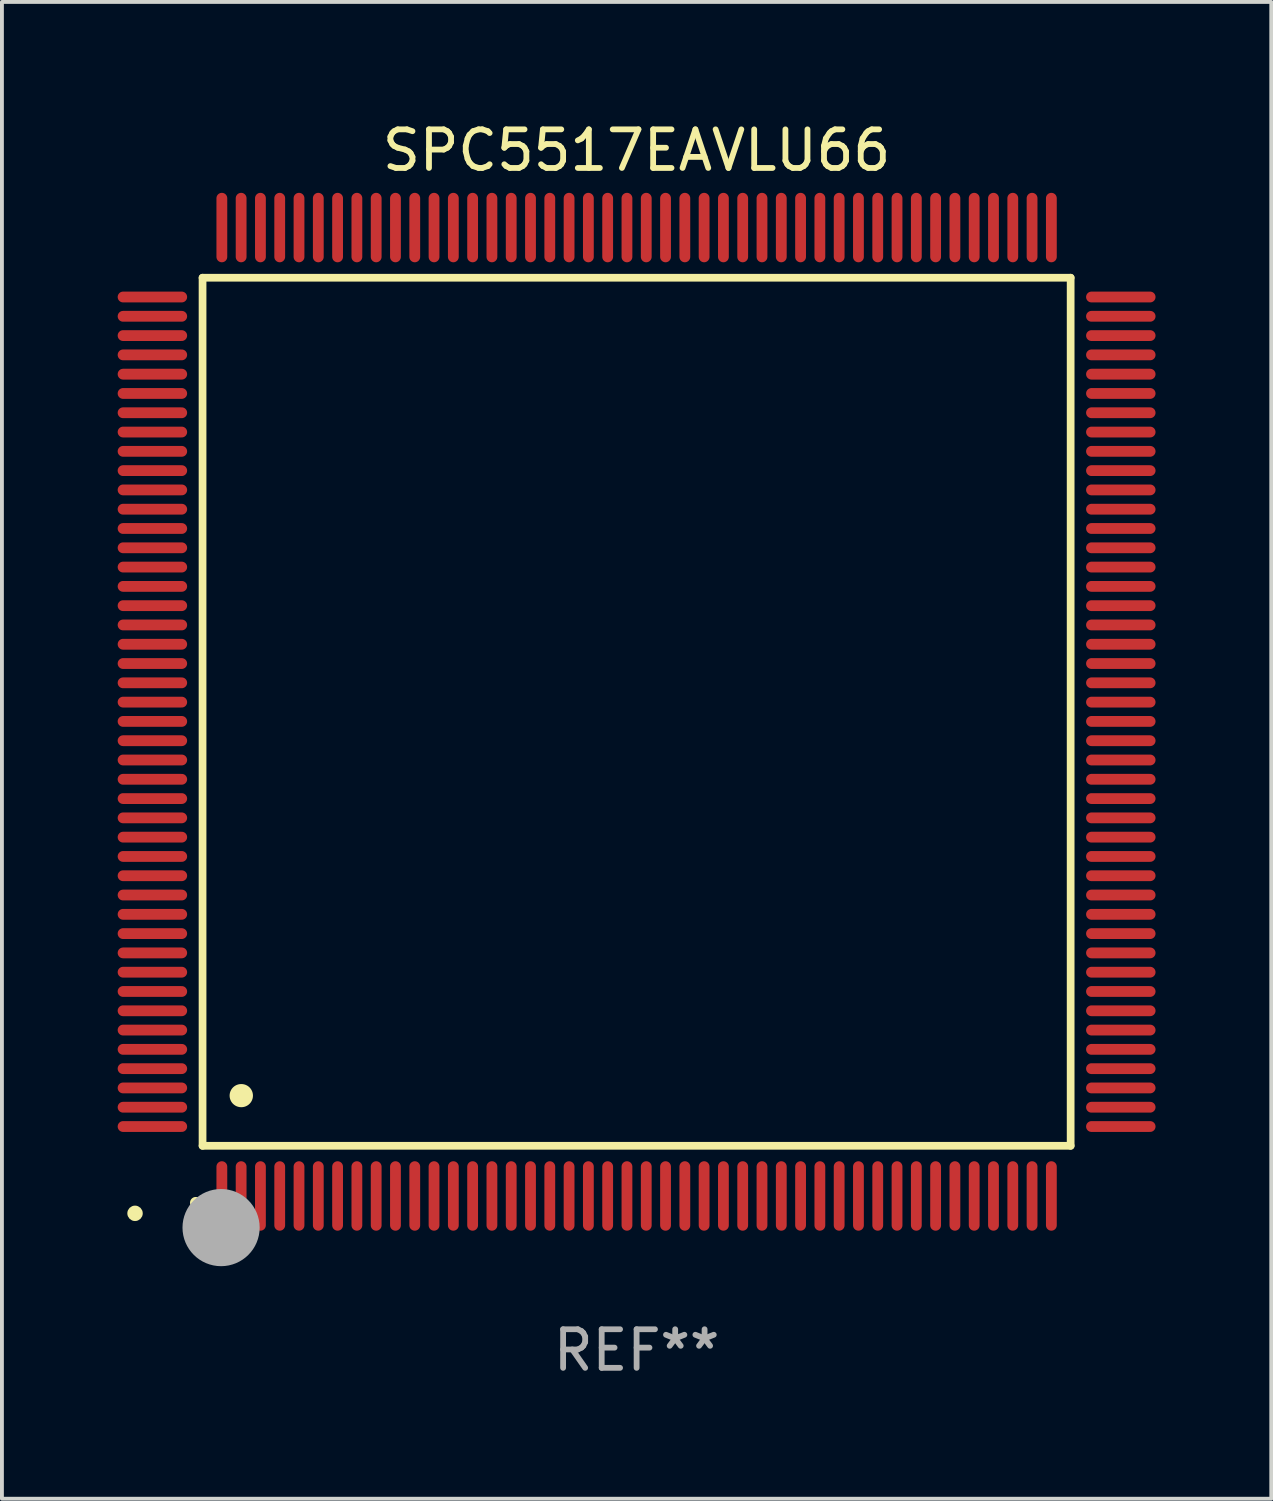
<source format=kicad_pcb>
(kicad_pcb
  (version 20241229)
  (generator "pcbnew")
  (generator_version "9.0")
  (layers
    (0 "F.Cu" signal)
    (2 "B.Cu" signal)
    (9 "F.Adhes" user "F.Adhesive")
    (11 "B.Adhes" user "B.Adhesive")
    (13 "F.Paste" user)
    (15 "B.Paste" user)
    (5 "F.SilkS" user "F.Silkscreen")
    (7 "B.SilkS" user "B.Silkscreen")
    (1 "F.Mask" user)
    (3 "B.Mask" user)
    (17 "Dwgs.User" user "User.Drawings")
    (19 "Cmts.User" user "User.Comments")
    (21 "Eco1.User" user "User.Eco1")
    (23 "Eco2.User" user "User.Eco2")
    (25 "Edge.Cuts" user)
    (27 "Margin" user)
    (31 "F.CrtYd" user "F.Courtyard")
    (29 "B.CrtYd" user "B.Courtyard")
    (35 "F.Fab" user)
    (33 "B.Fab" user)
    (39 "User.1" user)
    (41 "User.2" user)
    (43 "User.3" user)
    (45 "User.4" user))
  (footprint "SPC5517EAVLU66"
    (layer "F.Cu")
    (at 13.45 15.398)
    (property "Reference" "SPC5517EAVLU66" (at 0 -14.55 0) (layer "F.SilkS") (effects (font (size 1 1) (thickness 0.15))))
    (attr through_hole)
    (fp_line (start -11.25 -11.25) (end 11.25 -11.25) (stroke (width 0.2) (type solid)) (layer "F.SilkS"))
    (fp_line (start -11.25 11.25) (end -11.25 -11.25) (stroke (width 0.2) (type solid)) (layer "F.SilkS"))
    (fp_line (start 11.25 -11.25) (end 11.25 11.25) (stroke (width 0.2) (type solid)) (layer "F.SilkS"))
    (fp_line (start 11.25 11.25) (end -11.25 11.25) (stroke (width 0.2) (type solid)) (layer "F.SilkS"))
    (fp_arc (start -11.424943 12.725425) (mid -11.423673 12.72542) (end -11.422403 12.725425) (stroke (width 0.3) (type solid)) (layer "F.SilkS"))
    (fp_arc (start -10.24892 9.9492) (mid -10.24638 9.949189) (end -10.24384 9.9492) (stroke (width 0.6) (type solid)) (layer "F.SilkS"))
    (fp_circle (center -13 13) (end -12.9 13) (stroke (width 0.2) (type solid)) (fill no) (layer "F.SilkS"))
    (fp_circle (center -10.77 13.37) (end -10.27 13.37) (stroke (width 1) (type solid)) (fill no) (layer "F.Fab"))
    (fp_text user "REF**" (at 0 16.55 0) (layer "F.Fab") (effects (font (size 1 1) (thickness 0.15))))
    (pad "1" smd oval (at -10.75 12.55) (size 0.28 1.8) (layers "F.Cu" "F.Mask" "F.Paste"))
    (pad "2" smd oval (at -10.25 12.55) (size 0.28 1.8) (layers "F.Cu" "F.Mask" "F.Paste"))
    (pad "3" smd oval (at -9.75 12.55) (size 0.28 1.8) (layers "F.Cu" "F.Mask" "F.Paste"))
    (pad "4" smd oval (at -9.25 12.55) (size 0.28 1.8) (layers "F.Cu" "F.Mask" "F.Paste"))
    (pad "5" smd oval (at -8.75 12.55) (size 0.28 1.8) (layers "F.Cu" "F.Mask" "F.Paste"))
    (pad "6" smd oval (at -8.25 12.55) (size 0.28 1.8) (layers "F.Cu" "F.Mask" "F.Paste"))
    (pad "7" smd oval (at -7.75 12.55) (size 0.28 1.8) (layers "F.Cu" "F.Mask" "F.Paste"))
    (pad "8" smd oval (at -7.25 12.55) (size 0.28 1.8) (layers "F.Cu" "F.Mask" "F.Paste"))
    (pad "9" smd oval (at -6.75 12.55) (size 0.28 1.8) (layers "F.Cu" "F.Mask" "F.Paste"))
    (pad "10" smd oval (at -6.25 12.55) (size 0.28 1.8) (layers "F.Cu" "F.Mask" "F.Paste"))
    (pad "11" smd oval (at -5.75 12.55) (size 0.28 1.8) (layers "F.Cu" "F.Mask" "F.Paste"))
    (pad "12" smd oval (at -5.25 12.55) (size 0.28 1.8) (layers "F.Cu" "F.Mask" "F.Paste"))
    (pad "13" smd oval (at -4.75 12.55) (size 0.28 1.8) (layers "F.Cu" "F.Mask" "F.Paste"))
    (pad "14" smd oval (at -4.25 12.55) (size 0.28 1.8) (layers "F.Cu" "F.Mask" "F.Paste"))
    (pad "15" smd oval (at -3.75 12.55) (size 0.28 1.8) (layers "F.Cu" "F.Mask" "F.Paste"))
    (pad "16" smd oval (at -3.25 12.55) (size 0.28 1.8) (layers "F.Cu" "F.Mask" "F.Paste"))
    (pad "17" smd oval (at -2.75 12.55) (size 0.28 1.8) (layers "F.Cu" "F.Mask" "F.Paste"))
    (pad "18" smd oval (at -2.25 12.55) (size 0.28 1.8) (layers "F.Cu" "F.Mask" "F.Paste"))
    (pad "19" smd oval (at -1.75 12.55) (size 0.28 1.8) (layers "F.Cu" "F.Mask" "F.Paste"))
    (pad "20" smd oval (at -1.25 12.55) (size 0.28 1.8) (layers "F.Cu" "F.Mask" "F.Paste"))
    (pad "21" smd oval (at -0.75 12.55) (size 0.28 1.8) (layers "F.Cu" "F.Mask" "F.Paste"))
    (pad "22" smd oval (at -0.25 12.55) (size 0.28 1.8) (layers "F.Cu" "F.Mask" "F.Paste"))
    (pad "23" smd oval (at 0.25 12.55) (size 0.28 1.8) (layers "F.Cu" "F.Mask" "F.Paste"))
    (pad "24" smd oval (at 0.75 12.55) (size 0.28 1.8) (layers "F.Cu" "F.Mask" "F.Paste"))
    (pad "25" smd oval (at 1.25 12.55) (size 0.28 1.8) (layers "F.Cu" "F.Mask" "F.Paste"))
    (pad "26" smd oval (at 1.75 12.55) (size 0.28 1.8) (layers "F.Cu" "F.Mask" "F.Paste"))
    (pad "27" smd oval (at 2.25 12.55) (size 0.28 1.8) (layers "F.Cu" "F.Mask" "F.Paste"))
    (pad "28" smd oval (at 2.75 12.55) (size 0.28 1.8) (layers "F.Cu" "F.Mask" "F.Paste"))
    (pad "29" smd oval (at 3.25 12.55) (size 0.28 1.8) (layers "F.Cu" "F.Mask" "F.Paste"))
    (pad "30" smd oval (at 3.75 12.55) (size 0.28 1.8) (layers "F.Cu" "F.Mask" "F.Paste"))
    (pad "31" smd oval (at 4.25 12.55) (size 0.28 1.8) (layers "F.Cu" "F.Mask" "F.Paste"))
    (pad "32" smd oval (at 4.75 12.55) (size 0.28 1.8) (layers "F.Cu" "F.Mask" "F.Paste"))
    (pad "33" smd oval (at 5.25 12.55) (size 0.28 1.8) (layers "F.Cu" "F.Mask" "F.Paste"))
    (pad "34" smd oval (at 5.75 12.55) (size 0.28 1.8) (layers "F.Cu" "F.Mask" "F.Paste"))
    (pad "35" smd oval (at 6.25 12.55) (size 0.28 1.8) (layers "F.Cu" "F.Mask" "F.Paste"))
    (pad "36" smd oval (at 6.75 12.55) (size 0.28 1.8) (layers "F.Cu" "F.Mask" "F.Paste"))
    (pad "37" smd oval (at 7.25 12.55) (size 0.28 1.8) (layers "F.Cu" "F.Mask" "F.Paste"))
    (pad "38" smd oval (at 7.75 12.55) (size 0.28 1.8) (layers "F.Cu" "F.Mask" "F.Paste"))
    (pad "39" smd oval (at 8.25 12.55) (size 0.28 1.8) (layers "F.Cu" "F.Mask" "F.Paste"))
    (pad "40" smd oval (at 8.75 12.55) (size 0.28 1.8) (layers "F.Cu" "F.Mask" "F.Paste"))
    (pad "41" smd oval (at 9.25 12.55) (size 0.28 1.8) (layers "F.Cu" "F.Mask" "F.Paste"))
    (pad "42" smd oval (at 9.75 12.55) (size 0.28 1.8) (layers "F.Cu" "F.Mask" "F.Paste"))
    (pad "43" smd oval (at 10.25 12.55) (size 0.28 1.8) (layers "F.Cu" "F.Mask" "F.Paste"))
    (pad "44" smd oval (at 10.75 12.55) (size 0.28 1.8) (layers "F.Cu" "F.Mask" "F.Paste"))
    (pad "45" smd oval (at 12.55 10.75) (size 1.8 0.28) (layers "F.Cu" "F.Mask" "F.Paste"))
    (pad "46" smd oval (at 12.55 10.25) (size 1.8 0.28) (layers "F.Cu" "F.Mask" "F.Paste"))
    (pad "47" smd oval (at 12.55 9.75) (size 1.8 0.28) (layers "F.Cu" "F.Mask" "F.Paste"))
    (pad "48" smd oval (at 12.55 9.25) (size 1.8 0.28) (layers "F.Cu" "F.Mask" "F.Paste"))
    (pad "49" smd oval (at 12.55 8.75) (size 1.8 0.28) (layers "F.Cu" "F.Mask" "F.Paste"))
    (pad "50" smd oval (at 12.55 8.25) (size 1.8 0.28) (layers "F.Cu" "F.Mask" "F.Paste"))
    (pad "51" smd oval (at 12.55 7.75) (size 1.8 0.28) (layers "F.Cu" "F.Mask" "F.Paste"))
    (pad "52" smd oval (at 12.55 7.25) (size 1.8 0.28) (layers "F.Cu" "F.Mask" "F.Paste"))
    (pad "53" smd oval (at 12.55 6.75) (size 1.8 0.28) (layers "F.Cu" "F.Mask" "F.Paste"))
    (pad "54" smd oval (at 12.55 6.25) (size 1.8 0.28) (layers "F.Cu" "F.Mask" "F.Paste"))
    (pad "55" smd oval (at 12.55 5.75) (size 1.8 0.28) (layers "F.Cu" "F.Mask" "F.Paste"))
    (pad "56" smd oval (at 12.55 5.25) (size 1.8 0.28) (layers "F.Cu" "F.Mask" "F.Paste"))
    (pad "57" smd oval (at 12.55 4.75) (size 1.8 0.28) (layers "F.Cu" "F.Mask" "F.Paste"))
    (pad "58" smd oval (at 12.55 4.25) (size 1.8 0.28) (layers "F.Cu" "F.Mask" "F.Paste"))
    (pad "59" smd oval (at 12.55 3.75) (size 1.8 0.28) (layers "F.Cu" "F.Mask" "F.Paste"))
    (pad "60" smd oval (at 12.55 3.25) (size 1.8 0.28) (layers "F.Cu" "F.Mask" "F.Paste"))
    (pad "61" smd oval (at 12.55 2.75) (size 1.8 0.28) (layers "F.Cu" "F.Mask" "F.Paste"))
    (pad "62" smd oval (at 12.55 2.25) (size 1.8 0.28) (layers "F.Cu" "F.Mask" "F.Paste"))
    (pad "63" smd oval (at 12.55 1.75) (size 1.8 0.28) (layers "F.Cu" "F.Mask" "F.Paste"))
    (pad "64" smd oval (at 12.55 1.25) (size 1.8 0.28) (layers "F.Cu" "F.Mask" "F.Paste"))
    (pad "65" smd oval (at 12.55 0.75) (size 1.8 0.28) (layers "F.Cu" "F.Mask" "F.Paste"))
    (pad "66" smd oval (at 12.55 0.25) (size 1.8 0.28) (layers "F.Cu" "F.Mask" "F.Paste"))
    (pad "67" smd oval (at 12.55 -0.25) (size 1.8 0.28) (layers "F.Cu" "F.Mask" "F.Paste"))
    (pad "68" smd oval (at 12.55 -0.75) (size 1.8 0.28) (layers "F.Cu" "F.Mask" "F.Paste"))
    (pad "69" smd oval (at 12.55 -1.25) (size 1.8 0.28) (layers "F.Cu" "F.Mask" "F.Paste"))
    (pad "70" smd oval (at 12.55 -1.75) (size 1.8 0.28) (layers "F.Cu" "F.Mask" "F.Paste"))
    (pad "71" smd oval (at 12.55 -2.25) (size 1.8 0.28) (layers "F.Cu" "F.Mask" "F.Paste"))
    (pad "72" smd oval (at 12.55 -2.75) (size 1.8 0.28) (layers "F.Cu" "F.Mask" "F.Paste"))
    (pad "73" smd oval (at 12.55 -3.25) (size 1.8 0.28) (layers "F.Cu" "F.Mask" "F.Paste"))
    (pad "74" smd oval (at 12.55 -3.75) (size 1.8 0.28) (layers "F.Cu" "F.Mask" "F.Paste"))
    (pad "75" smd oval (at 12.55 -4.25) (size 1.8 0.28) (layers "F.Cu" "F.Mask" "F.Paste"))
    (pad "76" smd oval (at 12.55 -4.75) (size 1.8 0.28) (layers "F.Cu" "F.Mask" "F.Paste"))
    (pad "77" smd oval (at 12.55 -5.25) (size 1.8 0.28) (layers "F.Cu" "F.Mask" "F.Paste"))
    (pad "78" smd oval (at 12.55 -5.75) (size 1.8 0.28) (layers "F.Cu" "F.Mask" "F.Paste"))
    (pad "79" smd oval (at 12.55 -6.25) (size 1.8 0.28) (layers "F.Cu" "F.Mask" "F.Paste"))
    (pad "80" smd oval (at 12.55 -6.75) (size 1.8 0.28) (layers "F.Cu" "F.Mask" "F.Paste"))
    (pad "81" smd oval (at 12.55 -7.25) (size 1.8 0.28) (layers "F.Cu" "F.Mask" "F.Paste"))
    (pad "82" smd oval (at 12.55 -7.75) (size 1.8 0.28) (layers "F.Cu" "F.Mask" "F.Paste"))
    (pad "83" smd oval (at 12.55 -8.25) (size 1.8 0.28) (layers "F.Cu" "F.Mask" "F.Paste"))
    (pad "84" smd oval (at 12.55 -8.75) (size 1.8 0.28) (layers "F.Cu" "F.Mask" "F.Paste"))
    (pad "85" smd oval (at 12.55 -9.25) (size 1.8 0.28) (layers "F.Cu" "F.Mask" "F.Paste"))
    (pad "86" smd oval (at 12.55 -9.75) (size 1.8 0.28) (layers "F.Cu" "F.Mask" "F.Paste"))
    (pad "87" smd oval (at 12.55 -10.25) (size 1.8 0.28) (layers "F.Cu" "F.Mask" "F.Paste"))
    (pad "88" smd oval (at 12.55 -10.75) (size 1.8 0.28) (layers "F.Cu" "F.Mask" "F.Paste"))
    (pad "89" smd oval (at 10.75 -12.55) (size 0.28 1.8) (layers "F.Cu" "F.Mask" "F.Paste"))
    (pad "90" smd oval (at 10.25 -12.55) (size 0.28 1.8) (layers "F.Cu" "F.Mask" "F.Paste"))
    (pad "91" smd oval (at 9.75 -12.55) (size 0.28 1.8) (layers "F.Cu" "F.Mask" "F.Paste"))
    (pad "92" smd oval (at 9.25 -12.55) (size 0.28 1.8) (layers "F.Cu" "F.Mask" "F.Paste"))
    (pad "93" smd oval (at 8.75 -12.55) (size 0.28 1.8) (layers "F.Cu" "F.Mask" "F.Paste"))
    (pad "94" smd oval (at 8.25 -12.55) (size 0.28 1.8) (layers "F.Cu" "F.Mask" "F.Paste"))
    (pad "95" smd oval (at 7.75 -12.55) (size 0.28 1.8) (layers "F.Cu" "F.Mask" "F.Paste"))
    (pad "96" smd oval (at 7.25 -12.55) (size 0.28 1.8) (layers "F.Cu" "F.Mask" "F.Paste"))
    (pad "97" smd oval (at 6.75 -12.55) (size 0.28 1.8) (layers "F.Cu" "F.Mask" "F.Paste"))
    (pad "98" smd oval (at 6.25 -12.55) (size 0.28 1.8) (layers "F.Cu" "F.Mask" "F.Paste"))
    (pad "99" smd oval (at 5.75 -12.55) (size 0.28 1.8) (layers "F.Cu" "F.Mask" "F.Paste"))
    (pad "100" smd oval (at 5.25 -12.55) (size 0.28 1.8) (layers "F.Cu" "F.Mask" "F.Paste"))
    (pad "101" smd oval (at 4.75 -12.55) (size 0.28 1.8) (layers "F.Cu" "F.Mask" "F.Paste"))
    (pad "102" smd oval (at 4.25 -12.55) (size 0.28 1.8) (layers "F.Cu" "F.Mask" "F.Paste"))
    (pad "103" smd oval (at 3.75 -12.55) (size 0.28 1.8) (layers "F.Cu" "F.Mask" "F.Paste"))
    (pad "104" smd oval (at 3.25 -12.55) (size 0.28 1.8) (layers "F.Cu" "F.Mask" "F.Paste"))
    (pad "105" smd oval (at 2.75 -12.55) (size 0.28 1.8) (layers "F.Cu" "F.Mask" "F.Paste"))
    (pad "106" smd oval (at 2.25 -12.55) (size 0.28 1.8) (layers "F.Cu" "F.Mask" "F.Paste"))
    (pad "107" smd oval (at 1.75 -12.55) (size 0.28 1.8) (layers "F.Cu" "F.Mask" "F.Paste"))
    (pad "108" smd oval (at 1.25 -12.55) (size 0.28 1.8) (layers "F.Cu" "F.Mask" "F.Paste"))
    (pad "109" smd oval (at 0.75 -12.55) (size 0.28 1.8) (layers "F.Cu" "F.Mask" "F.Paste"))
    (pad "110" smd oval (at 0.25 -12.55) (size 0.28 1.8) (layers "F.Cu" "F.Mask" "F.Paste"))
    (pad "111" smd oval (at -0.25 -12.55) (size 0.28 1.8) (layers "F.Cu" "F.Mask" "F.Paste"))
    (pad "112" smd oval (at -0.75 -12.55) (size 0.28 1.8) (layers "F.Cu" "F.Mask" "F.Paste"))
    (pad "113" smd oval (at -1.25 -12.55) (size 0.28 1.8) (layers "F.Cu" "F.Mask" "F.Paste"))
    (pad "114" smd oval (at -1.75 -12.55) (size 0.28 1.8) (layers "F.Cu" "F.Mask" "F.Paste"))
    (pad "115" smd oval (at -2.25 -12.55) (size 0.28 1.8) (layers "F.Cu" "F.Mask" "F.Paste"))
    (pad "116" smd oval (at -2.75 -12.55) (size 0.28 1.8) (layers "F.Cu" "F.Mask" "F.Paste"))
    (pad "117" smd oval (at -3.25 -12.55) (size 0.28 1.8) (layers "F.Cu" "F.Mask" "F.Paste"))
    (pad "118" smd oval (at -3.75 -12.55) (size 0.28 1.8) (layers "F.Cu" "F.Mask" "F.Paste"))
    (pad "119" smd oval (at -4.25 -12.55) (size 0.28 1.8) (layers "F.Cu" "F.Mask" "F.Paste"))
    (pad "120" smd oval (at -4.75 -12.55) (size 0.28 1.8) (layers "F.Cu" "F.Mask" "F.Paste"))
    (pad "121" smd oval (at -5.25 -12.55) (size 0.28 1.8) (layers "F.Cu" "F.Mask" "F.Paste"))
    (pad "122" smd oval (at -5.75 -12.55) (size 0.28 1.8) (layers "F.Cu" "F.Mask" "F.Paste"))
    (pad "123" smd oval (at -6.25 -12.55) (size 0.28 1.8) (layers "F.Cu" "F.Mask" "F.Paste"))
    (pad "124" smd oval (at -6.75 -12.55) (size 0.28 1.8) (layers "F.Cu" "F.Mask" "F.Paste"))
    (pad "125" smd oval (at -7.25 -12.55) (size 0.28 1.8) (layers "F.Cu" "F.Mask" "F.Paste"))
    (pad "126" smd oval (at -7.75 -12.55) (size 0.28 1.8) (layers "F.Cu" "F.Mask" "F.Paste"))
    (pad "127" smd oval (at -8.25 -12.55) (size 0.28 1.8) (layers "F.Cu" "F.Mask" "F.Paste"))
    (pad "128" smd oval (at -8.75 -12.55) (size 0.28 1.8) (layers "F.Cu" "F.Mask" "F.Paste"))
    (pad "129" smd oval (at -9.25 -12.55) (size 0.28 1.8) (layers "F.Cu" "F.Mask" "F.Paste"))
    (pad "130" smd oval (at -9.75 -12.55) (size 0.28 1.8) (layers "F.Cu" "F.Mask" "F.Paste"))
    (pad "131" smd oval (at -10.25 -12.55) (size 0.28 1.8) (layers "F.Cu" "F.Mask" "F.Paste"))
    (pad "132" smd oval (at -10.75 -12.55) (size 0.28 1.8) (layers "F.Cu" "F.Mask" "F.Paste"))
    (pad "133" smd oval (at -12.55 -10.75) (size 1.8 0.28) (layers "F.Cu" "F.Mask" "F.Paste"))
    (pad "134" smd oval (at -12.55 -10.25) (size 1.8 0.28) (layers "F.Cu" "F.Mask" "F.Paste"))
    (pad "135" smd oval (at -12.55 -9.75) (size 1.8 0.28) (layers "F.Cu" "F.Mask" "F.Paste"))
    (pad "136" smd oval (at -12.55 -9.25) (size 1.8 0.28) (layers "F.Cu" "F.Mask" "F.Paste"))
    (pad "137" smd oval (at -12.55 -8.75) (size 1.8 0.28) (layers "F.Cu" "F.Mask" "F.Paste"))
    (pad "138" smd oval (at -12.55 -8.25) (size 1.8 0.28) (layers "F.Cu" "F.Mask" "F.Paste"))
    (pad "139" smd oval (at -12.55 -7.75) (size 1.8 0.28) (layers "F.Cu" "F.Mask" "F.Paste"))
    (pad "140" smd oval (at -12.55 -7.25) (size 1.8 0.28) (layers "F.Cu" "F.Mask" "F.Paste"))
    (pad "141" smd oval (at -12.55 -6.75) (size 1.8 0.28) (layers "F.Cu" "F.Mask" "F.Paste"))
    (pad "142" smd oval (at -12.55 -6.25) (size 1.8 0.28) (layers "F.Cu" "F.Mask" "F.Paste"))
    (pad "143" smd oval (at -12.55 -5.75) (size 1.8 0.28) (layers "F.Cu" "F.Mask" "F.Paste"))
    (pad "144" smd oval (at -12.55 -5.25) (size 1.8 0.28) (layers "F.Cu" "F.Mask" "F.Paste"))
    (pad "145" smd oval (at -12.55 -4.75) (size 1.8 0.28) (layers "F.Cu" "F.Mask" "F.Paste"))
    (pad "146" smd oval (at -12.55 -4.25) (size 1.8 0.28) (layers "F.Cu" "F.Mask" "F.Paste"))
    (pad "147" smd oval (at -12.55 -3.75) (size 1.8 0.28) (layers "F.Cu" "F.Mask" "F.Paste"))
    (pad "148" smd oval (at -12.55 -3.25) (size 1.8 0.28) (layers "F.Cu" "F.Mask" "F.Paste"))
    (pad "149" smd oval (at -12.55 -2.75) (size 1.8 0.28) (layers "F.Cu" "F.Mask" "F.Paste"))
    (pad "150" smd oval (at -12.55 -2.25) (size 1.8 0.28) (layers "F.Cu" "F.Mask" "F.Paste"))
    (pad "151" smd oval (at -12.55 -1.75) (size 1.8 0.28) (layers "F.Cu" "F.Mask" "F.Paste"))
    (pad "152" smd oval (at -12.55 -1.25) (size 1.8 0.28) (layers "F.Cu" "F.Mask" "F.Paste"))
    (pad "153" smd oval (at -12.55 -0.75) (size 1.8 0.28) (layers "F.Cu" "F.Mask" "F.Paste"))
    (pad "154" smd oval (at -12.55 -0.25) (size 1.8 0.28) (layers "F.Cu" "F.Mask" "F.Paste"))
    (pad "155" smd oval (at -12.55 0.25) (size 1.8 0.28) (layers "F.Cu" "F.Mask" "F.Paste"))
    (pad "156" smd oval (at -12.55 0.75) (size 1.8 0.28) (layers "F.Cu" "F.Mask" "F.Paste"))
    (pad "157" smd oval (at -12.55 1.25) (size 1.8 0.28) (layers "F.Cu" "F.Mask" "F.Paste"))
    (pad "158" smd oval (at -12.55 1.75) (size 1.8 0.28) (layers "F.Cu" "F.Mask" "F.Paste"))
    (pad "159" smd oval (at -12.55 2.25) (size 1.8 0.28) (layers "F.Cu" "F.Mask" "F.Paste"))
    (pad "160" smd oval (at -12.55 2.75) (size 1.8 0.28) (layers "F.Cu" "F.Mask" "F.Paste"))
    (pad "161" smd oval (at -12.55 3.25) (size 1.8 0.28) (layers "F.Cu" "F.Mask" "F.Paste"))
    (pad "162" smd oval (at -12.55 3.75) (size 1.8 0.28) (layers "F.Cu" "F.Mask" "F.Paste"))
    (pad "163" smd oval (at -12.55 4.25) (size 1.8 0.28) (layers "F.Cu" "F.Mask" "F.Paste"))
    (pad "164" smd oval (at -12.55 4.75) (size 1.8 0.28) (layers "F.Cu" "F.Mask" "F.Paste"))
    (pad "165" smd oval (at -12.55 5.25) (size 1.8 0.28) (layers "F.Cu" "F.Mask" "F.Paste"))
    (pad "166" smd oval (at -12.55 5.75) (size 1.8 0.28) (layers "F.Cu" "F.Mask" "F.Paste"))
    (pad "167" smd oval (at -12.55 6.25) (size 1.8 0.28) (layers "F.Cu" "F.Mask" "F.Paste"))
    (pad "168" smd oval (at -12.55 6.75) (size 1.8 0.28) (layers "F.Cu" "F.Mask" "F.Paste"))
    (pad "169" smd oval (at -12.55 7.25) (size 1.8 0.28) (layers "F.Cu" "F.Mask" "F.Paste"))
    (pad "170" smd oval (at -12.55 7.75) (size 1.8 0.28) (layers "F.Cu" "F.Mask" "F.Paste"))
    (pad "171" smd oval (at -12.55 8.25) (size 1.8 0.28) (layers "F.Cu" "F.Mask" "F.Paste"))
    (pad "172" smd oval (at -12.55 8.75) (size 1.8 0.28) (layers "F.Cu" "F.Mask" "F.Paste"))
    (pad "173" smd oval (at -12.55 9.25) (size 1.8 0.28) (layers "F.Cu" "F.Mask" "F.Paste"))
    (pad "174" smd oval (at -12.55 9.75) (size 1.8 0.28) (layers "F.Cu" "F.Mask" "F.Paste"))
    (pad "175" smd oval (at -12.55 10.25) (size 1.8 0.28) (layers "F.Cu" "F.Mask" "F.Paste"))
    (pad "176" smd oval (at -12.55 10.75) (size 1.8 0.28) (layers "F.Cu" "F.Mask" "F.Paste")))
  (gr_rect
    (start -3 -3)
    (end 29.9 35.796)
    (stroke (width 0.1) (type default))
    (fill no)
    (layer "Edge.Cuts")))
</source>
